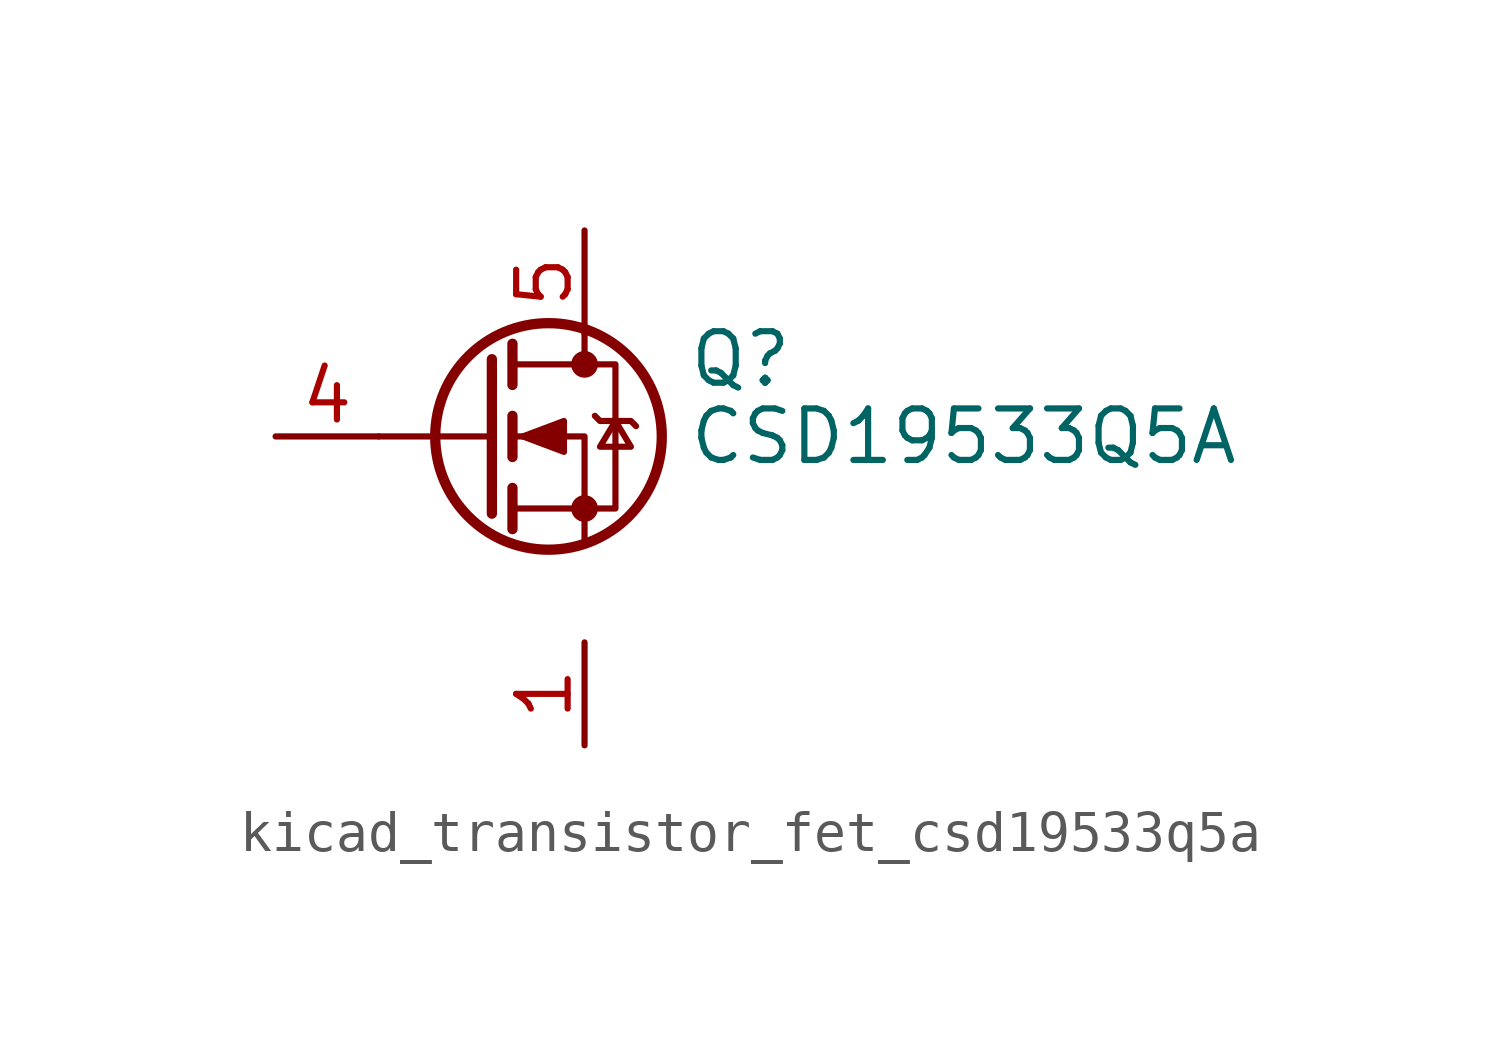
<source format=kicad_sym>
(kicad_symbol_lib
  (version 20220914)
  (generator kicad_symbol_editor)
  (symbol "kicad_transistor_fet_csd19533q5a"
    (pin_names hide)
    (property "Reference" "Q"
      (at 5.08 1.905 0)
      (effects (font (size 1.27 1.27)) (justify left)))
    (property "Value" "CSD19533Q5A"
      (at 5.08 0 0)
      (effects (font (size 1.27 1.27)) (justify left)))
    (symbol "kicad_transistor_fet_csd19533q5a_0_1"
      (polyline (pts (xy 0.254 0) (xy -2.54 0)) (stroke (width 0) (type default)) (fill (type none)))
      (polyline (pts (xy 0.254 1.905) (xy 0.254 -1.905)) (stroke (width 0.254) (type default)) (fill (type none)))
      (polyline (pts (xy 0.762 -1.27) (xy 0.762 -2.286)) (stroke (width 0.254) (type default)) (fill (type none)))
      (polyline (pts (xy 0.762 0.508) (xy 0.762 -0.508)) (stroke (width 0.254) (type default)) (fill (type none)))
      (polyline (pts (xy 0.762 2.286) (xy 0.762 1.27)) (stroke (width 0.254) (type default)) (fill (type none)))
      (polyline (pts (xy 2.54 2.54) (xy 2.54 1.778)) (stroke (width 0) (type default)) (fill (type none)))
      (polyline (pts (xy 2.54 -2.54) (xy 2.54 0) (xy 0.762 0)) (stroke (width 0) (type default)) (fill (type none)))
      (polyline (pts (xy 0.762 -1.778) (xy 3.302 -1.778) (xy 3.302 1.778) (xy 0.762 1.778)) (stroke (width 0) (type default)) (fill (type none)))
      (polyline (pts (xy 1.016 0) (xy 2.032 0.381) (xy 2.032 -0.381) (xy 1.016 0)) (stroke (width 0) (type default)) (fill (type outline)))
      (polyline (pts (xy 2.794 0.508) (xy 2.921 0.381) (xy 3.683 0.381) (xy 3.81 0.254)) (stroke (width 0) (type default)) (fill (type none)))
      (polyline (pts (xy 3.302 0.381) (xy 2.921 -0.254) (xy 3.683 -0.254) (xy 3.302 0.381)) (stroke (width 0) (type default)) (fill (type none)))
      (circle (center 1.651 0) (radius 2.794) (stroke (width 0.254) (type default)) (fill (type none)))
      (circle (center 2.54 -1.778) (radius 0.254) (stroke (width 0) (type default)) (fill (type outline)))
      (circle (center 2.54 1.778) (radius 0.254) (stroke (width 0) (type default)) (fill (type outline))))
    (symbol "kicad_transistor_fet_csd19533q5a_1_1"
      (pin passive line (at 2.54 -5.08 270) (length 2.54) (name "S" (effects (font (size 1.27 1.27)))) (number "1" (effects (font (size 1.27 1.27)))))
      (pin passive line (at 2.54 -5.08 270) (length 2.54) hide (name "S" (effects (font (size 1.27 1.27)))) (number "2" (effects (font (size 1.27 1.27)))))
      (pin passive line (at 2.54 -5.08 90) (length 2.54) hide (name "S" (effects (font (size 1.27 1.27)))) (number "3" (effects (font (size 1.27 1.27)))))
      (pin passive line (at -5.08 0 0) (length 2.54) (name "G" (effects (font (size 1.27 1.27)))) (number "4" (effects (font (size 1.27 1.27)))))
      (pin passive line (at 2.54 5.08 270) (length 2.54) (name "D" (effects (font (size 1.27 1.27)))) (number "5" (effects (font (size 1.27 1.27))))))))
</source>
